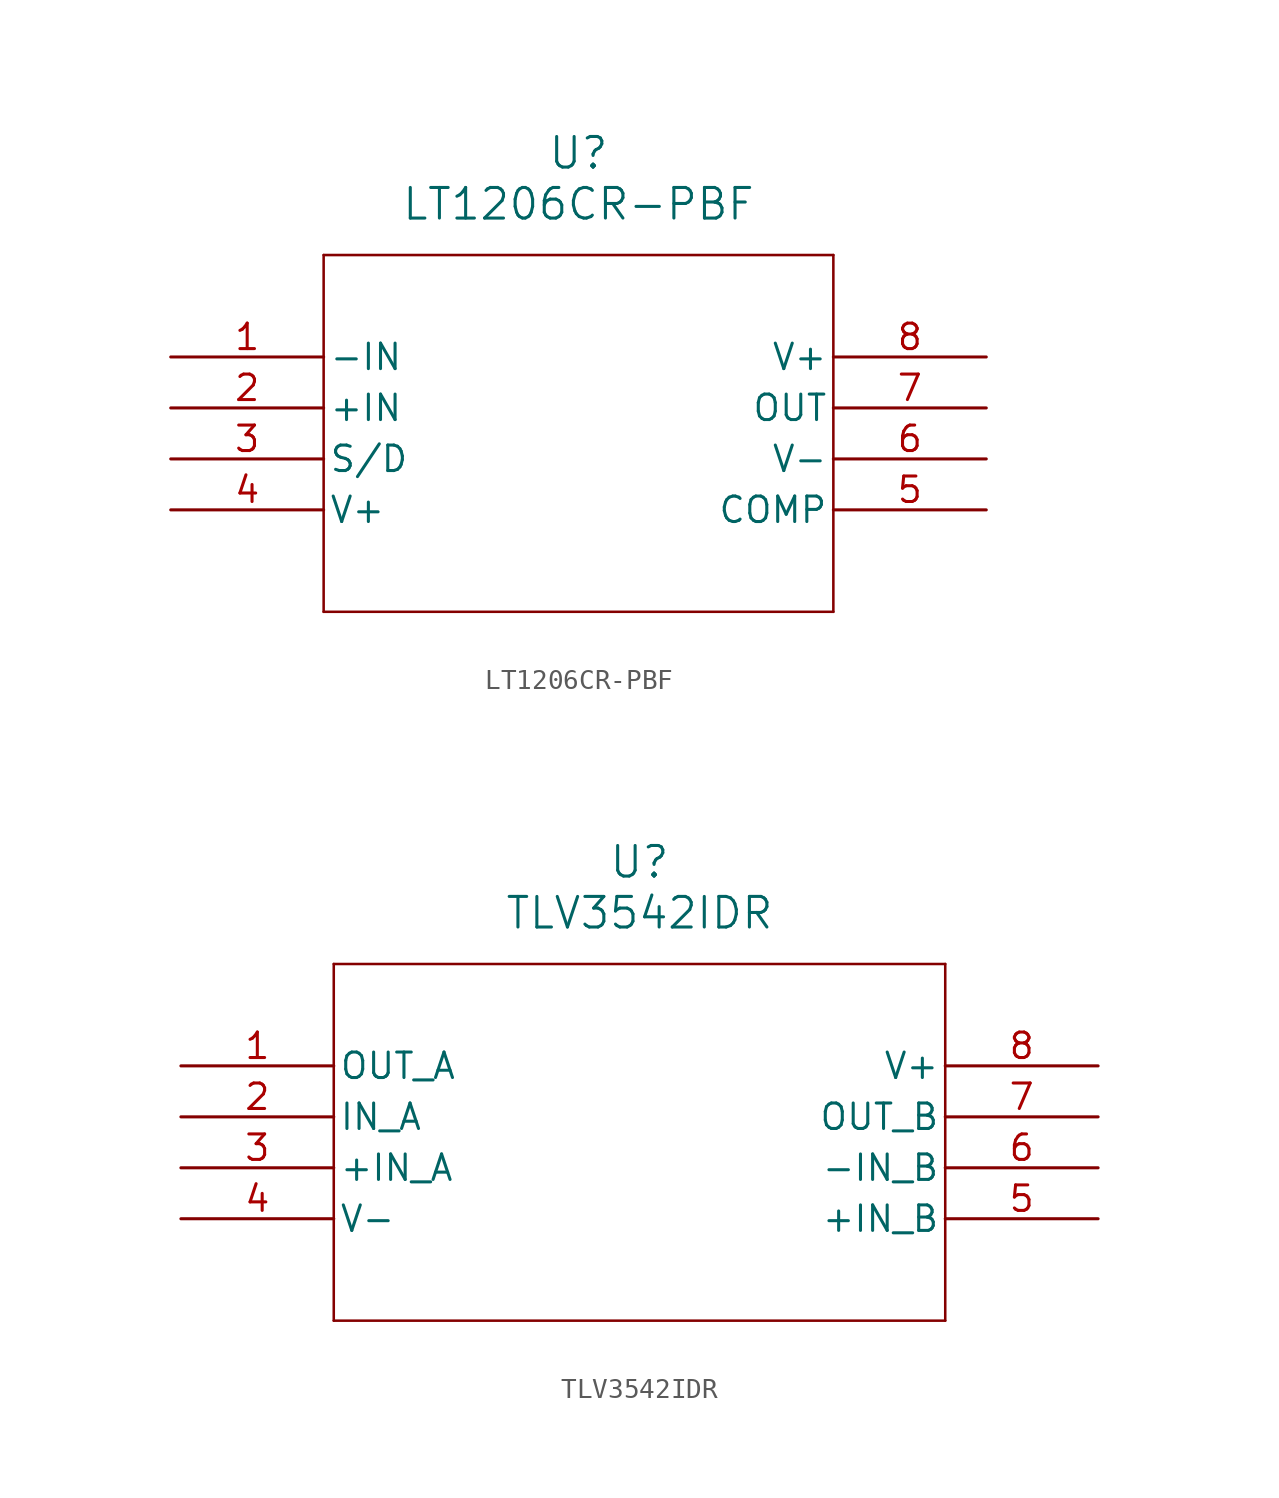
<source format=kicad_sym>
(kicad_symbol_lib
  (version 20241209)
  (generator "kicad_symbol_editor")
  (generator_version "9.0")
  (symbol "LT1206CR-PBF"
    (pin_names
      (offset 0.254))
    (property "Reference" "U"
      (at 20.32 10.16 0)
      (effects (font (size 1.524 1.524))))
    (property "Value" "LT1206CR-PBF"
      (at 20.32 7.62 0)
      (effects (font (size 1.524 1.524))))
    (property "ki_locked" ""
      (at 0 0 0)
      (effects (font (size 1.27 1.27))))
    (symbol "LT1206CR-PBF_0_1"
      (polyline (pts (xy 7.62 5.08) (xy 7.62 -12.7)) (stroke (width 0.127) (type default)) (fill (type none)))
      (polyline (pts (xy 7.62 -12.7) (xy 33.02 -12.7)) (stroke (width 0.127) (type default)) (fill (type none)))
      (polyline (pts (xy 33.02 5.08) (xy 7.62 5.08)) (stroke (width 0.127) (type default)) (fill (type none)))
      (polyline (pts (xy 33.02 -12.7) (xy 33.02 5.08)) (stroke (width 0.127) (type default)) (fill (type none)))
      (pin input line (at 0 0 0) (length 7.62) (name "-IN" (effects (font (size 1.27 1.27)))) (number "1" (effects (font (size 1.27 1.27)))))
      (pin input line (at 0 -2.54 0) (length 7.62) (name "+IN" (effects (font (size 1.27 1.27)))) (number "2" (effects (font (size 1.27 1.27)))))
      (pin unspecified line (at 0 -5.08 0) (length 7.62) (name "S/D" (effects (font (size 1.27 1.27)))) (number "3" (effects (font (size 1.27 1.27)))))
      (pin power_in line (at 0 -7.62 0) (length 7.62) (name "V+" (effects (font (size 1.27 1.27)))) (number "4" (effects (font (size 1.27 1.27)))))
      (pin power_in line (at 40.64 0 180) (length 7.62) (name "V+" (effects (font (size 1.27 1.27)))) (number "8" (effects (font (size 1.27 1.27)))))
      (pin tri_state line (at 40.64 -2.54 180) (length 7.62) (name "OUT" (effects (font (size 1.27 1.27)))) (number "7" (effects (font (size 1.27 1.27)))))
      (pin power_in line (at 40.64 -5.08 180) (length 7.62) (name "V-" (effects (font (size 1.27 1.27)))) (number "6" (effects (font (size 1.27 1.27)))))
      (pin unspecified line (at 40.64 -7.62 180) (length 7.62) (name "COMP" (effects (font (size 1.27 1.27)))) (number "5" (effects (font (size 1.27 1.27)))))))
  (symbol "TLV3542IDR"
    (pin_names
      (offset 0.254))
    (property "Reference" "U"
      (at 22.86 10.16 0)
      (effects (font (size 1.524 1.524))))
    (property "Value" "TLV3542IDR"
      (at 22.86 7.62 0)
      (effects (font (size 1.524 1.524))))
    (property "ki_locked" ""
      (at 0 0 0)
      (effects (font (size 1.27 1.27))))
    (symbol "TLV3542IDR_0_1"
      (polyline (pts (xy 7.62 5.08) (xy 7.62 -12.7)) (stroke (width 0.127) (type default)) (fill (type none)))
      (polyline (pts (xy 7.62 -12.7) (xy 38.1 -12.7)) (stroke (width 0.127) (type default)) (fill (type none)))
      (polyline (pts (xy 38.1 5.08) (xy 7.62 5.08)) (stroke (width 0.127) (type default)) (fill (type none)))
      (polyline (pts (xy 38.1 -12.7) (xy 38.1 5.08)) (stroke (width 0.127) (type default)) (fill (type none)))
      (pin output line (at 0 0 0) (length 7.62) (name "OUT_A" (effects (font (size 1.27 1.27)))) (number "1" (effects (font (size 1.27 1.27)))))
      (pin unspecified line (at 0 -2.54 0) (length 7.62) (name "IN_A" (effects (font (size 1.27 1.27)))) (number "2" (effects (font (size 1.27 1.27)))))
      (pin input line (at 0 -5.08 0) (length 7.62) (name "+IN_A" (effects (font (size 1.27 1.27)))) (number "3" (effects (font (size 1.27 1.27)))))
      (pin power_in line (at 0 -7.62 0) (length 7.62) (name "V-" (effects (font (size 1.27 1.27)))) (number "4" (effects (font (size 1.27 1.27)))))
      (pin power_in line (at 45.72 0 180) (length 7.62) (name "V+" (effects (font (size 1.27 1.27)))) (number "8" (effects (font (size 1.27 1.27)))))
      (pin output line (at 45.72 -2.54 180) (length 7.62) (name "OUT_B" (effects (font (size 1.27 1.27)))) (number "7" (effects (font (size 1.27 1.27)))))
      (pin input line (at 45.72 -5.08 180) (length 7.62) (name "-IN_B" (effects (font (size 1.27 1.27)))) (number "6" (effects (font (size 1.27 1.27)))))
      (pin input line (at 45.72 -7.62 180) (length 7.62) (name "+IN_B" (effects (font (size 1.27 1.27)))) (number "5" (effects (font (size 1.27 1.27))))))))
</source>
